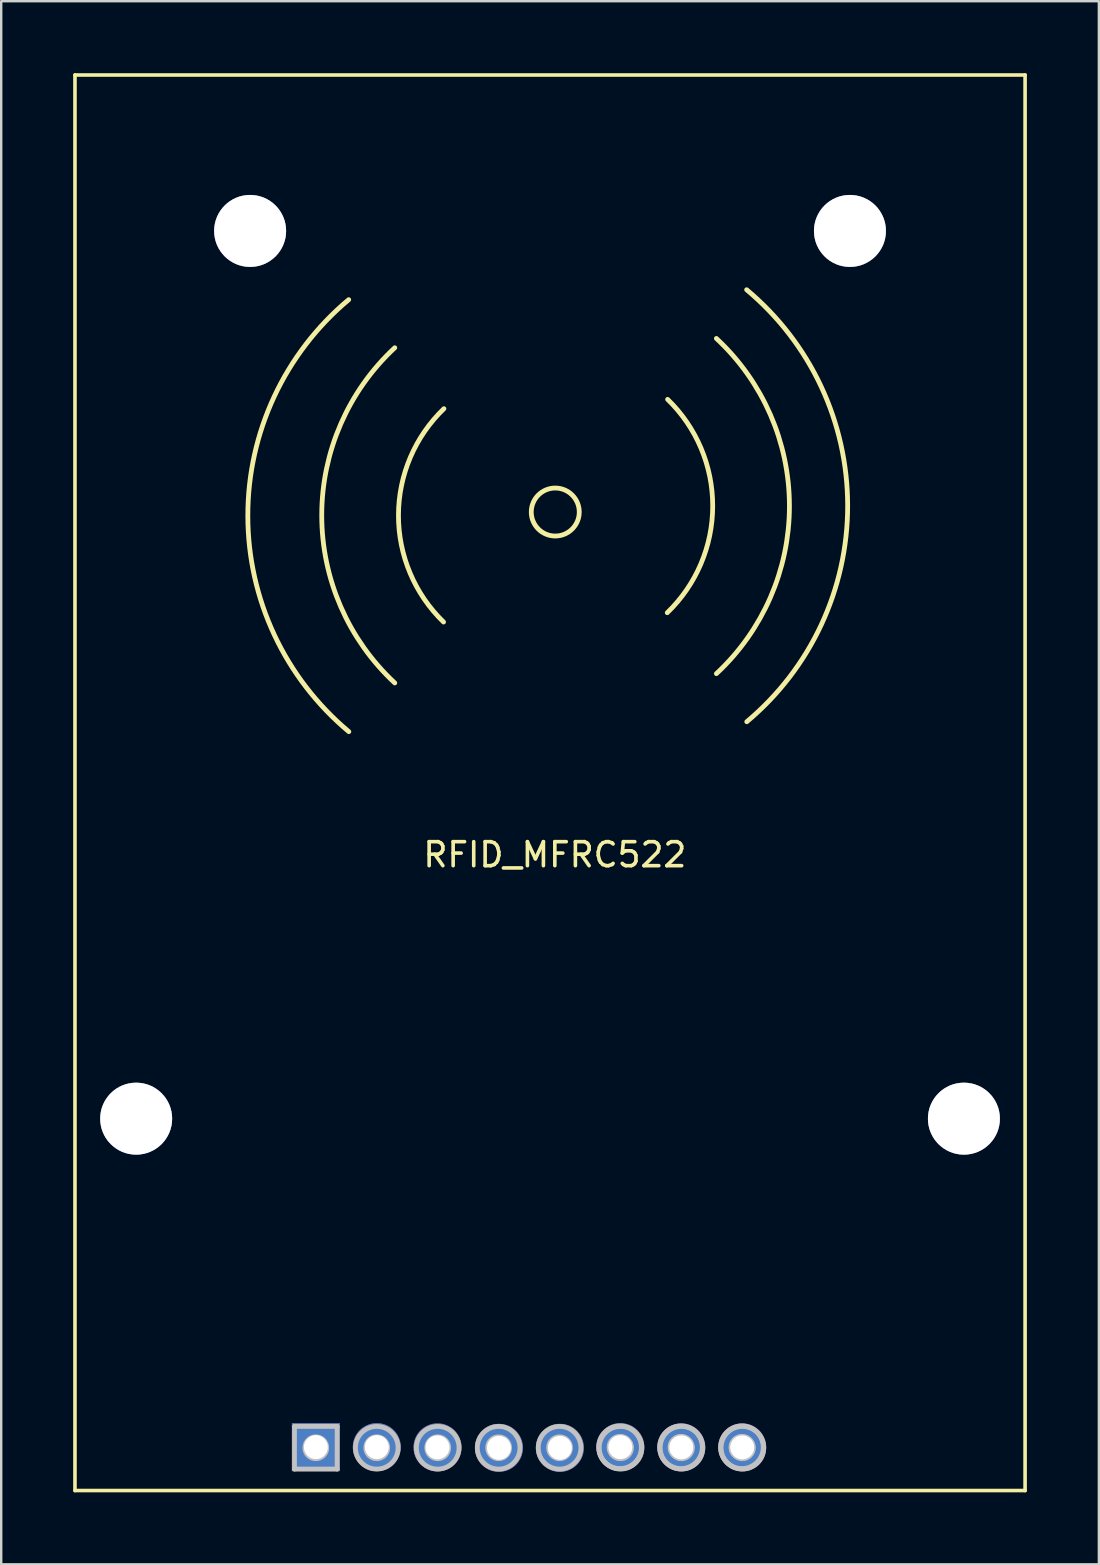
<source format=kicad_pcb>
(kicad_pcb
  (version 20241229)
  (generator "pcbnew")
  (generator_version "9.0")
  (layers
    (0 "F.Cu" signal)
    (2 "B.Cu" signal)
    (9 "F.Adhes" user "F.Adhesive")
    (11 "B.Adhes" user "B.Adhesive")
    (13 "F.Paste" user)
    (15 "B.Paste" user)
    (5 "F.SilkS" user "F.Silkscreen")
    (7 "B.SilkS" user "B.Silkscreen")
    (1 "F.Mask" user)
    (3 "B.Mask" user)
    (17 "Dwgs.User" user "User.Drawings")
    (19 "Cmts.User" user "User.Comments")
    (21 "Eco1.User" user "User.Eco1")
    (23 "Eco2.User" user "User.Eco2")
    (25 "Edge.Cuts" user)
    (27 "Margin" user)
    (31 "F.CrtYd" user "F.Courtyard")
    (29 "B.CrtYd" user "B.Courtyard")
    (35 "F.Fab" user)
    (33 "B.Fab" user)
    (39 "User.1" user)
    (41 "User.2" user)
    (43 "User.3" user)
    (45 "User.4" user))
  (footprint "RFID_MFRC522"
    (layer "F.Cu")
    (at 20.075 32.075)
    (property "Reference" "RFID_MFRC522" (at 0 0.5 0) (layer "F.SilkS") (effects (font (size 1 1) (thickness 0.15))))
    (attr through_hole)
    (fp_line (start -20 -32) (end 19.6 -32) (stroke (width 0.15) (type solid)) (layer "F.SilkS"))
    (fp_line (start -20 27) (end -20 -32) (stroke (width 0.15) (type solid)) (layer "F.SilkS"))
    (fp_line (start -20 27) (end 19.6 27) (stroke (width 0.15) (type solid)) (layer "F.SilkS"))
    (fp_line (start 19.6 27) (end 19.6 -32) (stroke (width 0.15) (type solid)) (layer "F.SilkS"))
    (fp_arc (start -8.585624 -4.630298) (mid -12.79593 -13.631358) (end -8.59133 -22.635085) (stroke (width 0.2) (type solid)) (layer "F.SilkS"))
    (fp_arc (start -6.670543 -6.660354) (mid -9.715503 -13.645546) (end -6.671318 -20.631075) (stroke (width 0.2) (type solid)) (layer "F.SilkS"))
    (fp_arc (start -4.637572 -9.199382) (mid -6.517396 -13.648353) (end -4.62291 -18.091101) (stroke (width 0.2) (type solid)) (layer "F.SilkS"))
    (fp_arc (start 4.700139 -18.479737) (mid 6.579964 -14.030766) (end 4.685478 -9.588019) (stroke (width 0.2) (type solid)) (layer "F.SilkS"))
    (fp_arc (start 6.733111 -21.018765) (mid 9.778071 -14.033573) (end 6.733886 -7.048044) (stroke (width 0.2) (type solid)) (layer "F.SilkS"))
    (fp_arc (start 7.994294 -23.048822) (mid 12.2046 -14.047762) (end 8 -5.044035) (stroke (width 0.2) (type solid)) (layer "F.SilkS"))
    (fp_circle (center 0.018 -13.784) (end 1.018 -13.784) (stroke (width 0.2) (type solid)) (fill no) (layer "F.SilkS"))
    (fp_line (start -10.851 24.327) (end -9.073 24.327) (stroke (width 0.2) (type solid)) (layer "Dwgs.User"))
    (fp_line (start -10.851 26.105) (end -10.851 24.327) (stroke (width 0.2) (type solid)) (layer "Dwgs.User"))
    (fp_line (start -9.073 24.327) (end -9.073 26.105) (stroke (width 0.2) (type solid)) (layer "Dwgs.User"))
    (fp_line (start -9.073 26.105) (end -10.851 26.105) (stroke (width 0.2) (type solid)) (layer "Dwgs.User"))
    (fp_circle (center -9.962 25.216) (end -9.505 25.216) (stroke (width 0.2) (type solid)) (fill no) (layer "Dwgs.User"))
    (fp_circle (center -7.422 25.216) (end -6.965 25.216) (stroke (width 0.2) (type solid)) (fill no) (layer "Dwgs.User"))
    (fp_circle (center -7.422 25.216) (end -6.533 25.216) (stroke (width 0.2) (type solid)) (fill no) (layer "Dwgs.User"))
    (fp_circle (center -4.882 25.216) (end -4.425 25.216) (stroke (width 0.2) (type solid)) (fill no) (layer "Dwgs.User"))
    (fp_circle (center -4.882 25.216) (end -3.993 25.216) (stroke (width 0.2) (type solid)) (fill no) (layer "Dwgs.User"))
    (fp_circle (center -2.342 25.216) (end -1.885 25.216) (stroke (width 0.2) (type solid)) (fill no) (layer "Dwgs.User"))
    (fp_circle (center -2.342 25.216) (end -1.453 25.216) (stroke (width 0.2) (type solid)) (fill no) (layer "Dwgs.User"))
    (fp_circle (center 0.198 25.216) (end 0.655 25.216) (stroke (width 0.2) (type solid)) (fill no) (layer "Dwgs.User"))
    (fp_circle (center 0.198 25.216) (end 1.087 25.216) (stroke (width 0.2) (type solid)) (fill no) (layer "Dwgs.User"))
    (fp_circle (center 2.718 25.196) (end 3.175 25.196) (stroke (width 0.2) (type solid)) (fill no) (layer "Dwgs.User"))
    (fp_circle (center 2.718 25.196) (end 3.607 25.196) (stroke (width 0.2) (type solid)) (fill no) (layer "Dwgs.User"))
    (fp_circle (center 2.738 25.216) (end 3.195 25.216) (stroke (width 0.2) (type solid)) (fill no) (layer "Dwgs.User"))
    (fp_circle (center 2.738 25.216) (end 3.627 25.216) (stroke (width 0.2) (type solid)) (fill no) (layer "Dwgs.User"))
    (fp_circle (center 5.258 25.196) (end 5.715 25.196) (stroke (width 0.2) (type solid)) (fill no) (layer "Dwgs.User"))
    (fp_circle (center 5.258 25.196) (end 6.147 25.196) (stroke (width 0.2) (type solid)) (fill no) (layer "Dwgs.User"))
    (fp_circle (center 5.278 25.216) (end 5.735 25.216) (stroke (width 0.2) (type solid)) (fill no) (layer "Dwgs.User"))
    (fp_circle (center 5.278 25.216) (end 6.167 25.216) (stroke (width 0.2) (type solid)) (fill no) (layer "Dwgs.User"))
    (fp_circle (center 7.798 25.196) (end 8.255 25.196) (stroke (width 0.2) (type solid)) (fill no) (layer "Dwgs.User"))
    (fp_circle (center 7.798 25.196) (end 8.687 25.196) (stroke (width 0.2) (type solid)) (fill no) (layer "Dwgs.User"))
    (fp_circle (center 7.818 25.216) (end 8.275 25.216) (stroke (width 0.2) (type solid)) (fill no) (layer "Dwgs.User"))
    (fp_circle (center 7.818 25.216) (end 8.707 25.216) (stroke (width 0.2) (type solid)) (fill no) (layer "Dwgs.User"))
    (pad "" thru_hole circle (at -17.45 11.5) (size 3 3) (drill 3) (layers "*.Cu" "*.Mask"))
    (pad "" thru_hole circle (at -12.7 -25.5) (size 3 3) (drill 3) (layers "*.Cu" "*.Mask"))
    (pad "" thru_hole circle (at 12.3 -25.5) (size 3 3) (drill 3) (layers "*.Cu" "*.Mask"))
    (pad "" thru_hole circle (at 17.05 11.5) (size 3 3) (drill 3) (layers "*.Cu" "*.Mask"))
    (pad "1" thru_hole rect (at -9.96 25.19) (size 2 2) (drill 1) (layers "*.Cu" "*.Mask"))
    (pad "2" thru_hole circle (at -7.42 25.19) (size 2 2) (drill 1) (layers "*.Cu" "*.Mask"))
    (pad "3" thru_hole circle (at -4.89 25.2) (size 2 2) (drill 1) (layers "*.Cu" "*.Mask"))
    (pad "4" thru_hole circle (at -2.33 25.22) (size 2 2) (drill 1) (layers "*.Cu" "*.Mask"))
    (pad "5" thru_hole circle (at 0.21 25.22) (size 2 2) (drill 1) (layers "*.Cu" "*.Mask"))
    (pad "6" thru_hole circle (at 2.73 25.19) (size 2 2) (drill 1) (layers "*.Cu" "*.Mask"))
    (pad "7" thru_hole circle (at 5.27 25.2) (size 2 2) (drill 1) (layers "*.Cu" "*.Mask"))
    (pad "8" thru_hole circle (at 7.81 25.2) (size 2 2) (drill 1) (layers "*.Cu" "*.Mask")))
  (gr_rect
    (start -3 -3)
    (end 42.75 62.15)
    (stroke (width 0.1) (type default))
    (fill no)
    (layer "Edge.Cuts")))
</source>
